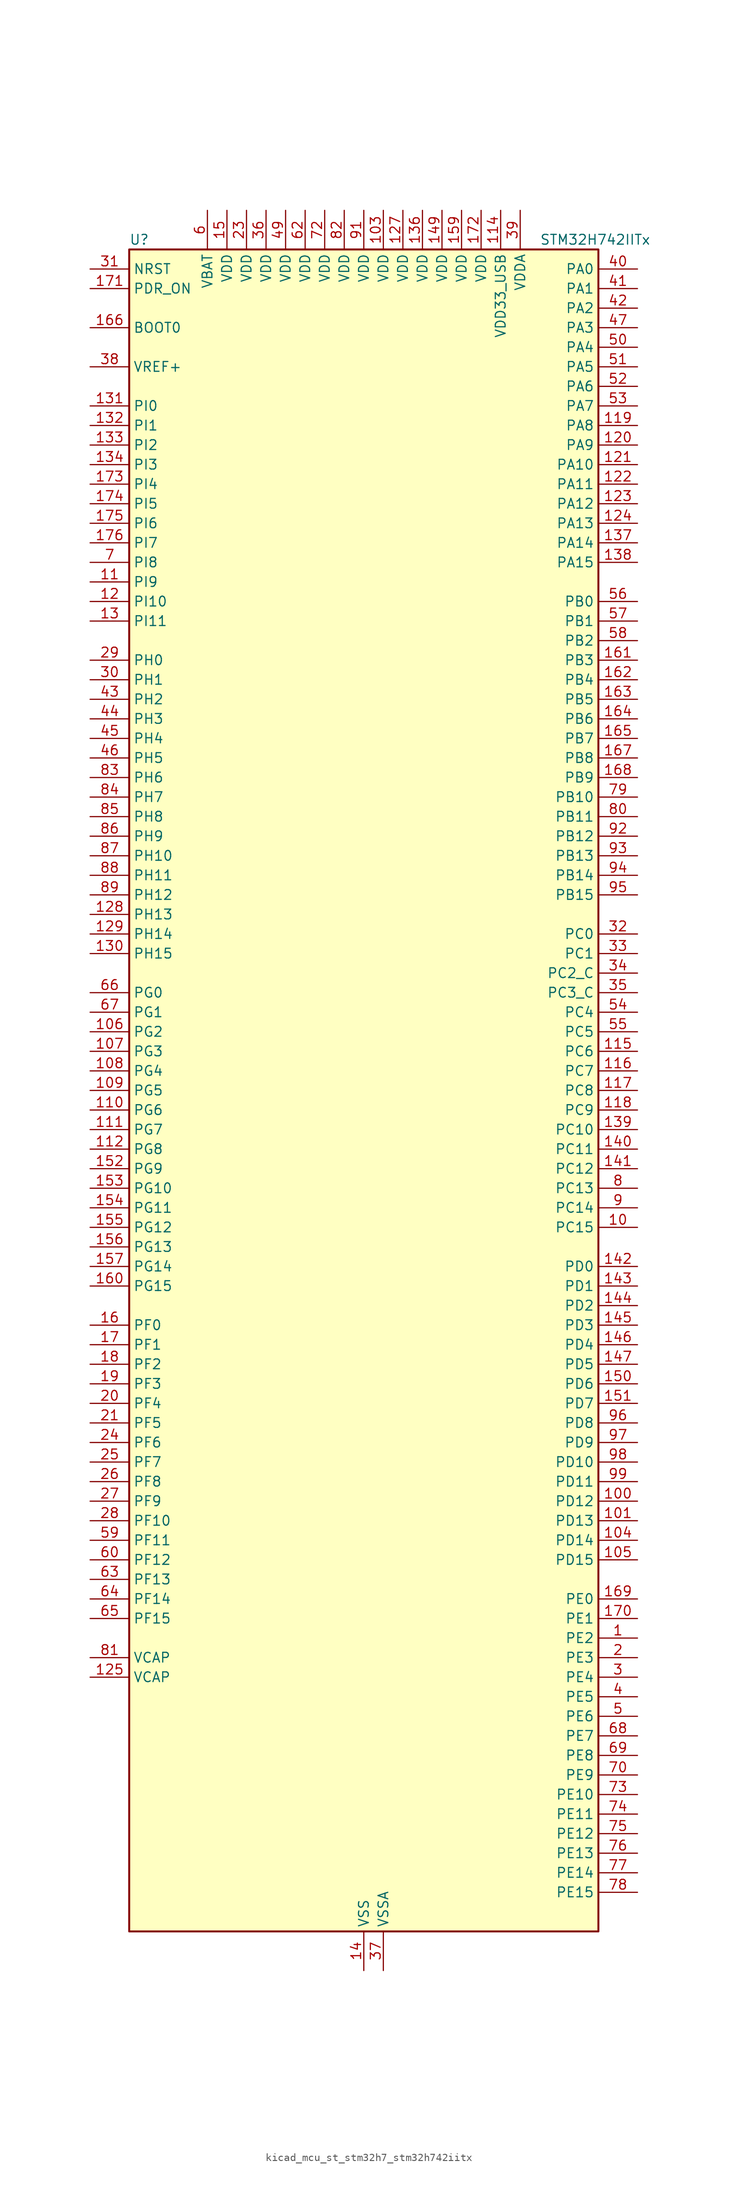
<source format=kicad_sym>
(kicad_symbol_lib
  (version 20220914)
  (generator kicad_symbol_editor)
  (symbol "kicad_mcu_st_stm32h7_stm32h742iitx"
    (property "Reference" "U"
      (at -30.48 110.49 0)
      (effects (font (size 1.27 1.27)) (justify left)))
    (property "Value" "STM32H742IITx"
      (at 22.86 110.49 0)
      (effects (font (size 1.27 1.27)) (justify left)))
    (property "ki_locked" ""
      (at 0 0 0)
      (effects (font (size 1.27 1.27))))
    (symbol "kicad_mcu_st_stm32h7_stm32h742iitx_0_1"
      (rectangle (start -30.48 -109.22) (end 30.48 109.22) (stroke (width 0.254) (type default)) (fill (type background))))
    (symbol "kicad_mcu_st_stm32h7_stm32h742iitx_1_1"
      (pin bidirectional line (at 35.56 -71.12 180) (length 5.08) (name "PE2" (effects (font (size 1.27 1.27)))) (number "1" (effects (font (size 1.27 1.27)))) (alternate "DEBUG_TRACECLK" bidirectional line) (alternate "ETH_TXD3" bidirectional line) (alternate "FMC_A23" bidirectional line) (alternate "QUADSPI_BK1_IO2" bidirectional line) (alternate "SAI1_CK1" bidirectional line) (alternate "SAI1_MCLK_A" bidirectional line) (alternate "SAI4_CK1" bidirectional line) (alternate "SAI4_MCLK_A" bidirectional line) (alternate "SPI4_SCK" bidirectional line))
      (pin bidirectional line (at 35.56 -17.78 180) (length 5.08) (name "PC15" (effects (font (size 1.27 1.27)))) (number "10" (effects (font (size 1.27 1.27)))) (alternate "ADC1_EXTI15" bidirectional line) (alternate "ADC2_EXTI15" bidirectional line) (alternate "ADC3_EXTI15" bidirectional line) (alternate "RCC_OSC32_OUT" bidirectional line))
      (pin bidirectional line (at 35.56 -53.34 180) (length 5.08) (name "PD12" (effects (font (size 1.27 1.27)))) (number "100" (effects (font (size 1.27 1.27)))) (alternate "FMC_A17" bidirectional line) (alternate "FMC_ALE" bidirectional line) (alternate "I2C4_SCL" bidirectional line) (alternate "LPTIM1_IN1" bidirectional line) (alternate "LPTIM2_IN1" bidirectional line) (alternate "QUADSPI_BK1_IO1" bidirectional line) (alternate "SAI2_FS_A" bidirectional line) (alternate "TIM4_CH1" bidirectional line) (alternate "USART3_DE" bidirectional line) (alternate "USART3_RTS" bidirectional line))
      (pin bidirectional line (at 35.56 -55.88 180) (length 5.08) (name "PD13" (effects (font (size 1.27 1.27)))) (number "101" (effects (font (size 1.27 1.27)))) (alternate "FMC_A18" bidirectional line) (alternate "I2C4_SDA" bidirectional line) (alternate "LPTIM1_OUT" bidirectional line) (alternate "QUADSPI_BK1_IO3" bidirectional line) (alternate "SAI2_SCK_A" bidirectional line) (alternate "TIM4_CH2" bidirectional line))
      (pin passive line (at 0 -114.3 90) (length 5.08) hide (name "VSS" (effects (font (size 1.27 1.27)))) (number "102" (effects (font (size 1.27 1.27)))))
      (pin power_in line (at 2.54 114.3 270) (length 5.08) (name "VDD" (effects (font (size 1.27 1.27)))) (number "103" (effects (font (size 1.27 1.27)))))
      (pin bidirectional line (at 35.56 -58.42 180) (length 5.08) (name "PD14" (effects (font (size 1.27 1.27)))) (number "104" (effects (font (size 1.27 1.27)))) (alternate "FMC_D0" bidirectional line) (alternate "FMC_DA0" bidirectional line) (alternate "SAI3_MCLK_B" bidirectional line) (alternate "TIM4_CH3" bidirectional line) (alternate "UART8_CTS" bidirectional line))
      (pin bidirectional line (at 35.56 -60.96 180) (length 5.08) (name "PD15" (effects (font (size 1.27 1.27)))) (number "105" (effects (font (size 1.27 1.27)))) (alternate "ADC1_EXTI15" bidirectional line) (alternate "ADC2_EXTI15" bidirectional line) (alternate "ADC3_EXTI15" bidirectional line) (alternate "FMC_D1" bidirectional line) (alternate "FMC_DA1" bidirectional line) (alternate "SAI3_MCLK_A" bidirectional line) (alternate "TIM4_CH4" bidirectional line) (alternate "UART8_DE" bidirectional line) (alternate "UART8_RTS" bidirectional line))
      (pin bidirectional line (at -35.56 7.62 0) (length 5.08) (name "PG2" (effects (font (size 1.27 1.27)))) (number "106" (effects (font (size 1.27 1.27)))) (alternate "FMC_A12" bidirectional line) (alternate "TIM8_BKIN" bidirectional line) (alternate "TIM8_BKIN_COMP1" bidirectional line) (alternate "TIM8_BKIN_COMP2" bidirectional line))
      (pin bidirectional line (at -35.56 5.08 0) (length 5.08) (name "PG3" (effects (font (size 1.27 1.27)))) (number "107" (effects (font (size 1.27 1.27)))) (alternate "FMC_A13" bidirectional line) (alternate "TIM8_BKIN2" bidirectional line) (alternate "TIM8_BKIN2_COMP1" bidirectional line) (alternate "TIM8_BKIN2_COMP2" bidirectional line))
      (pin bidirectional line (at -35.56 2.54 0) (length 5.08) (name "PG4" (effects (font (size 1.27 1.27)))) (number "108" (effects (font (size 1.27 1.27)))) (alternate "FMC_A14" bidirectional line) (alternate "FMC_BA0" bidirectional line) (alternate "TIM1_BKIN2" bidirectional line) (alternate "TIM1_BKIN2_COMP1" bidirectional line) (alternate "TIM1_BKIN2_COMP2" bidirectional line))
      (pin bidirectional line (at -35.56 0 0) (length 5.08) (name "PG5" (effects (font (size 1.27 1.27)))) (number "109" (effects (font (size 1.27 1.27)))) (alternate "FMC_A15" bidirectional line) (alternate "FMC_BA1" bidirectional line) (alternate "TIM1_ETR" bidirectional line))
      (pin bidirectional line (at -35.56 66.04 0) (length 5.08) (name "PI9" (effects (font (size 1.27 1.27)))) (number "11" (effects (font (size 1.27 1.27)))) (alternate "DAC1_EXTI9" bidirectional line) (alternate "FDCAN1_RX" bidirectional line) (alternate "FMC_D30" bidirectional line) (alternate "UART4_RX" bidirectional line))
      (pin bidirectional line (at -35.56 -2.54 0) (length 5.08) (name "PG6" (effects (font (size 1.27 1.27)))) (number "110" (effects (font (size 1.27 1.27)))) (alternate "DCMI_D12" bidirectional line) (alternate "FMC_NE3" bidirectional line) (alternate "HRTIM_CHE1" bidirectional line) (alternate "QUADSPI_BK1_NCS" bidirectional line) (alternate "TIM17_BKIN" bidirectional line))
      (pin bidirectional line (at -35.56 -5.08 0) (length 5.08) (name "PG7" (effects (font (size 1.27 1.27)))) (number "111" (effects (font (size 1.27 1.27)))) (alternate "DCMI_D13" bidirectional line) (alternate "FMC_INT" bidirectional line) (alternate "HRTIM_CHE2" bidirectional line) (alternate "SAI1_MCLK_A" bidirectional line) (alternate "USART6_CK" bidirectional line))
      (pin bidirectional line (at -35.56 -7.62 0) (length 5.08) (name "PG8" (effects (font (size 1.27 1.27)))) (number "112" (effects (font (size 1.27 1.27)))) (alternate "ETH_PPS_OUT" bidirectional line) (alternate "FMC_SDCLK" bidirectional line) (alternate "SPDIFRX1_IN2" bidirectional line) (alternate "SPI6_NSS" bidirectional line) (alternate "TIM8_ETR" bidirectional line) (alternate "USART6_DE" bidirectional line) (alternate "USART6_RTS" bidirectional line))
      (pin passive line (at 0 -114.3 90) (length 5.08) hide (name "VSS" (effects (font (size 1.27 1.27)))) (number "113" (effects (font (size 1.27 1.27)))))
      (pin power_in line (at 17.78 114.3 270) (length 5.08) (name "VDD33_USB" (effects (font (size 1.27 1.27)))) (number "114" (effects (font (size 1.27 1.27)))))
      (pin bidirectional line (at 35.56 5.08 180) (length 5.08) (name "PC6" (effects (font (size 1.27 1.27)))) (number "115" (effects (font (size 1.27 1.27)))) (alternate "DCMI_D0" bidirectional line) (alternate "DFSDM1_CKIN3" bidirectional line) (alternate "FMC_NWAIT" bidirectional line) (alternate "HRTIM_CHA1" bidirectional line) (alternate "I2S2_MCK" bidirectional line) (alternate "SDMMC1_D0DIR" bidirectional line) (alternate "SDMMC1_D6" bidirectional line) (alternate "SDMMC2_D6" bidirectional line) (alternate "SWPMI1_IO" bidirectional line) (alternate "TIM3_CH1" bidirectional line) (alternate "TIM8_CH1" bidirectional line) (alternate "USART6_TX" bidirectional line))
      (pin bidirectional line (at 35.56 2.54 180) (length 5.08) (name "PC7" (effects (font (size 1.27 1.27)))) (number "116" (effects (font (size 1.27 1.27)))) (alternate "DCMI_D1" bidirectional line) (alternate "DEBUG_TRGIO" bidirectional line) (alternate "DFSDM1_DATIN3" bidirectional line) (alternate "FMC_NE1" bidirectional line) (alternate "HRTIM_CHA2" bidirectional line) (alternate "I2S3_MCK" bidirectional line) (alternate "SDMMC1_D123DIR" bidirectional line) (alternate "SDMMC1_D7" bidirectional line) (alternate "SDMMC2_D7" bidirectional line) (alternate "SWPMI1_TX" bidirectional line) (alternate "TIM3_CH2" bidirectional line) (alternate "TIM8_CH2" bidirectional line) (alternate "USART6_RX" bidirectional line))
      (pin bidirectional line (at 35.56 0 180) (length 5.08) (name "PC8" (effects (font (size 1.27 1.27)))) (number "117" (effects (font (size 1.27 1.27)))) (alternate "DCMI_D2" bidirectional line) (alternate "DEBUG_TRACED1" bidirectional line) (alternate "FMC_NCE" bidirectional line) (alternate "FMC_NE2" bidirectional line) (alternate "HRTIM_CHB1" bidirectional line) (alternate "SDMMC1_D0" bidirectional line) (alternate "SWPMI1_RX" bidirectional line) (alternate "TIM3_CH3" bidirectional line) (alternate "TIM8_CH3" bidirectional line) (alternate "UART5_DE" bidirectional line) (alternate "UART5_RTS" bidirectional line) (alternate "USART6_CK" bidirectional line))
      (pin bidirectional line (at 35.56 -2.54 180) (length 5.08) (name "PC9" (effects (font (size 1.27 1.27)))) (number "118" (effects (font (size 1.27 1.27)))) (alternate "DAC1_EXTI9" bidirectional line) (alternate "DCMI_D3" bidirectional line) (alternate "I2C3_SDA" bidirectional line) (alternate "I2S_CKIN" bidirectional line) (alternate "QUADSPI_BK1_IO0" bidirectional line) (alternate "RCC_MCO_2" bidirectional line) (alternate "SDMMC1_D1" bidirectional line) (alternate "SWPMI1_SUSPEND" bidirectional line) (alternate "TIM3_CH4" bidirectional line) (alternate "TIM8_CH4" bidirectional line) (alternate "UART5_CTS" bidirectional line))
      (pin bidirectional line (at 35.56 86.36 180) (length 5.08) (name "PA8" (effects (font (size 1.27 1.27)))) (number "119" (effects (font (size 1.27 1.27)))) (alternate "HRTIM_CHB2" bidirectional line) (alternate "I2C3_SCL" bidirectional line) (alternate "RCC_MCO_1" bidirectional line) (alternate "TIM1_CH1" bidirectional line) (alternate "TIM8_BKIN2" bidirectional line) (alternate "TIM8_BKIN2_COMP1" bidirectional line) (alternate "TIM8_BKIN2_COMP2" bidirectional line) (alternate "UART7_RX" bidirectional line) (alternate "USART1_CK" bidirectional line) (alternate "USB_OTG_FS_SOF" bidirectional line))
      (pin bidirectional line (at -35.56 63.5 0) (length 5.08) (name "PI10" (effects (font (size 1.27 1.27)))) (number "12" (effects (font (size 1.27 1.27)))) (alternate "ETH_RX_ER" bidirectional line) (alternate "FMC_D31" bidirectional line))
      (pin bidirectional line (at 35.56 83.82 180) (length 5.08) (name "PA9" (effects (font (size 1.27 1.27)))) (number "120" (effects (font (size 1.27 1.27)))) (alternate "DAC1_EXTI9" bidirectional line) (alternate "DCMI_D0" bidirectional line) (alternate "HRTIM_CHC1" bidirectional line) (alternate "I2C3_SMBA" bidirectional line) (alternate "I2S2_CK" bidirectional line) (alternate "LPUART1_TX" bidirectional line) (alternate "SPI2_SCK" bidirectional line) (alternate "TIM1_CH2" bidirectional line) (alternate "USART1_TX" bidirectional line) (alternate "USB_OTG_FS_VBUS" bidirectional line))
      (pin bidirectional line (at 35.56 81.28 180) (length 5.08) (name "PA10" (effects (font (size 1.27 1.27)))) (number "121" (effects (font (size 1.27 1.27)))) (alternate "DCMI_D1" bidirectional line) (alternate "HRTIM_CHC2" bidirectional line) (alternate "LPUART1_RX" bidirectional line) (alternate "MDIOS_MDIO" bidirectional line) (alternate "TIM1_CH3" bidirectional line) (alternate "USART1_RX" bidirectional line) (alternate "USB_OTG_FS_ID" bidirectional line))
      (pin bidirectional line (at 35.56 78.74 180) (length 5.08) (name "PA11" (effects (font (size 1.27 1.27)))) (number "122" (effects (font (size 1.27 1.27)))) (alternate "ADC1_EXTI11" bidirectional line) (alternate "ADC2_EXTI11" bidirectional line) (alternate "ADC3_EXTI11" bidirectional line) (alternate "FDCAN1_RX" bidirectional line) (alternate "HRTIM_CHD1" bidirectional line) (alternate "I2S2_WS" bidirectional line) (alternate "LPUART1_CTS" bidirectional line) (alternate "SPI2_NSS" bidirectional line) (alternate "TIM1_CH4" bidirectional line) (alternate "UART4_RX" bidirectional line) (alternate "USART1_CTS" bidirectional line) (alternate "USART1_NSS" bidirectional line) (alternate "USB_OTG_FS_DM" bidirectional line))
      (pin bidirectional line (at 35.56 76.2 180) (length 5.08) (name "PA12" (effects (font (size 1.27 1.27)))) (number "123" (effects (font (size 1.27 1.27)))) (alternate "FDCAN1_TX" bidirectional line) (alternate "HRTIM_CHD2" bidirectional line) (alternate "I2S2_CK" bidirectional line) (alternate "LPUART1_DE" bidirectional line) (alternate "LPUART1_RTS" bidirectional line) (alternate "SAI2_FS_B" bidirectional line) (alternate "SPI2_SCK" bidirectional line) (alternate "TIM1_ETR" bidirectional line) (alternate "UART4_TX" bidirectional line) (alternate "USART1_DE" bidirectional line) (alternate "USART1_RTS" bidirectional line) (alternate "USB_OTG_FS_DP" bidirectional line))
      (pin bidirectional line (at 35.56 73.66 180) (length 5.08) (name "PA13" (effects (font (size 1.27 1.27)))) (number "124" (effects (font (size 1.27 1.27)))) (alternate "DEBUG_JTMS-SWDIO" bidirectional line))
      (pin power_out line (at -35.56 -76.2 0) (length 5.08) (name "VCAP" (effects (font (size 1.27 1.27)))) (number "125" (effects (font (size 1.27 1.27)))))
      (pin passive line (at 0 -114.3 90) (length 5.08) hide (name "VSS" (effects (font (size 1.27 1.27)))) (number "126" (effects (font (size 1.27 1.27)))))
      (pin power_in line (at 5.08 114.3 270) (length 5.08) (name "VDD" (effects (font (size 1.27 1.27)))) (number "127" (effects (font (size 1.27 1.27)))))
      (pin bidirectional line (at -35.56 22.86 0) (length 5.08) (name "PH13" (effects (font (size 1.27 1.27)))) (number "128" (effects (font (size 1.27 1.27)))) (alternate "FDCAN1_TX" bidirectional line) (alternate "FMC_D21" bidirectional line) (alternate "TIM8_CH1N" bidirectional line) (alternate "UART4_TX" bidirectional line))
      (pin bidirectional line (at -35.56 20.32 0) (length 5.08) (name "PH14" (effects (font (size 1.27 1.27)))) (number "129" (effects (font (size 1.27 1.27)))) (alternate "DCMI_D4" bidirectional line) (alternate "FDCAN1_RX" bidirectional line) (alternate "FMC_D22" bidirectional line) (alternate "TIM8_CH2N" bidirectional line) (alternate "UART4_RX" bidirectional line))
      (pin bidirectional line (at -35.56 60.96 0) (length 5.08) (name "PI11" (effects (font (size 1.27 1.27)))) (number "13" (effects (font (size 1.27 1.27)))) (alternate "ADC1_EXTI11" bidirectional line) (alternate "ADC2_EXTI11" bidirectional line) (alternate "ADC3_EXTI11" bidirectional line) (alternate "PWR_WKUP4" bidirectional line) (alternate "USB_OTG_HS_ULPI_DIR" bidirectional line))
      (pin bidirectional line (at -35.56 17.78 0) (length 5.08) (name "PH15" (effects (font (size 1.27 1.27)))) (number "130" (effects (font (size 1.27 1.27)))) (alternate "ADC1_EXTI15" bidirectional line) (alternate "ADC2_EXTI15" bidirectional line) (alternate "ADC3_EXTI15" bidirectional line) (alternate "DCMI_D11" bidirectional line) (alternate "FMC_D23" bidirectional line) (alternate "TIM8_CH3N" bidirectional line))
      (pin bidirectional line (at -35.56 88.9 0) (length 5.08) (name "PI0" (effects (font (size 1.27 1.27)))) (number "131" (effects (font (size 1.27 1.27)))) (alternate "DCMI_D13" bidirectional line) (alternate "FMC_D24" bidirectional line) (alternate "I2S2_WS" bidirectional line) (alternate "SPI2_NSS" bidirectional line) (alternate "TIM5_CH4" bidirectional line))
      (pin bidirectional line (at -35.56 86.36 0) (length 5.08) (name "PI1" (effects (font (size 1.27 1.27)))) (number "132" (effects (font (size 1.27 1.27)))) (alternate "DCMI_D8" bidirectional line) (alternate "FMC_D25" bidirectional line) (alternate "I2S2_CK" bidirectional line) (alternate "SPI2_SCK" bidirectional line) (alternate "TIM8_BKIN2" bidirectional line) (alternate "TIM8_BKIN2_COMP1" bidirectional line) (alternate "TIM8_BKIN2_COMP2" bidirectional line))
      (pin bidirectional line (at -35.56 83.82 0) (length 5.08) (name "PI2" (effects (font (size 1.27 1.27)))) (number "133" (effects (font (size 1.27 1.27)))) (alternate "DCMI_D9" bidirectional line) (alternate "FMC_D26" bidirectional line) (alternate "I2S2_SDI" bidirectional line) (alternate "SPI2_MISO" bidirectional line) (alternate "TIM8_CH4" bidirectional line))
      (pin bidirectional line (at -35.56 81.28 0) (length 5.08) (name "PI3" (effects (font (size 1.27 1.27)))) (number "134" (effects (font (size 1.27 1.27)))) (alternate "DCMI_D10" bidirectional line) (alternate "FMC_D27" bidirectional line) (alternate "I2S2_SDO" bidirectional line) (alternate "SPI2_MOSI" bidirectional line) (alternate "TIM8_ETR" bidirectional line))
      (pin passive line (at 0 -114.3 90) (length 5.08) hide (name "VSS" (effects (font (size 1.27 1.27)))) (number "135" (effects (font (size 1.27 1.27)))))
      (pin power_in line (at 7.62 114.3 270) (length 5.08) (name "VDD" (effects (font (size 1.27 1.27)))) (number "136" (effects (font (size 1.27 1.27)))))
      (pin bidirectional line (at 35.56 71.12 180) (length 5.08) (name "PA14" (effects (font (size 1.27 1.27)))) (number "137" (effects (font (size 1.27 1.27)))) (alternate "DEBUG_JTCK-SWCLK" bidirectional line))
      (pin bidirectional line (at 35.56 68.58 180) (length 5.08) (name "PA15" (effects (font (size 1.27 1.27)))) (number "138" (effects (font (size 1.27 1.27)))) (alternate "ADC1_EXTI15" bidirectional line) (alternate "ADC2_EXTI15" bidirectional line) (alternate "ADC3_EXTI15" bidirectional line) (alternate "CEC" bidirectional line) (alternate "DEBUG_JTDI" bidirectional line) (alternate "HRTIM_FLT1" bidirectional line) (alternate "I2S1_WS" bidirectional line) (alternate "I2S3_WS" bidirectional line) (alternate "SPI1_NSS" bidirectional line) (alternate "SPI3_NSS" bidirectional line) (alternate "SPI6_NSS" bidirectional line) (alternate "TIM2_CH1" bidirectional line) (alternate "TIM2_ETR" bidirectional line) (alternate "UART4_DE" bidirectional line) (alternate "UART4_RTS" bidirectional line) (alternate "UART7_TX" bidirectional line))
      (pin bidirectional line (at 35.56 -5.08 180) (length 5.08) (name "PC10" (effects (font (size 1.27 1.27)))) (number "139" (effects (font (size 1.27 1.27)))) (alternate "DCMI_D8" bidirectional line) (alternate "DFSDM1_CKIN5" bidirectional line) (alternate "HRTIM_EEV1" bidirectional line) (alternate "I2S3_CK" bidirectional line) (alternate "QUADSPI_BK1_IO1" bidirectional line) (alternate "SDMMC1_D2" bidirectional line) (alternate "SPI3_SCK" bidirectional line) (alternate "UART4_TX" bidirectional line) (alternate "USART3_TX" bidirectional line))
      (pin power_in line (at 0 -114.3 90) (length 5.08) (name "VSS" (effects (font (size 1.27 1.27)))) (number "14" (effects (font (size 1.27 1.27)))))
      (pin bidirectional line (at 35.56 -7.62 180) (length 5.08) (name "PC11" (effects (font (size 1.27 1.27)))) (number "140" (effects (font (size 1.27 1.27)))) (alternate "ADC1_EXTI11" bidirectional line) (alternate "ADC2_EXTI11" bidirectional line) (alternate "ADC3_EXTI11" bidirectional line) (alternate "DCMI_D4" bidirectional line) (alternate "DFSDM1_DATIN5" bidirectional line) (alternate "HRTIM_FLT2" bidirectional line) (alternate "I2S3_SDI" bidirectional line) (alternate "QUADSPI_BK2_NCS" bidirectional line) (alternate "SDMMC1_D3" bidirectional line) (alternate "SPI3_MISO" bidirectional line) (alternate "UART4_RX" bidirectional line) (alternate "USART3_RX" bidirectional line))
      (pin bidirectional line (at 35.56 -10.16 180) (length 5.08) (name "PC12" (effects (font (size 1.27 1.27)))) (number "141" (effects (font (size 1.27 1.27)))) (alternate "DCMI_D9" bidirectional line) (alternate "DEBUG_TRACED3" bidirectional line) (alternate "HRTIM_EEV2" bidirectional line) (alternate "I2S3_SDO" bidirectional line) (alternate "SDMMC1_CK" bidirectional line) (alternate "SPI3_MOSI" bidirectional line) (alternate "UART5_TX" bidirectional line) (alternate "USART3_CK" bidirectional line))
      (pin bidirectional line (at 35.56 -22.86 180) (length 5.08) (name "PD0" (effects (font (size 1.27 1.27)))) (number "142" (effects (font (size 1.27 1.27)))) (alternate "DFSDM1_CKIN6" bidirectional line) (alternate "FDCAN1_RX" bidirectional line) (alternate "FMC_D2" bidirectional line) (alternate "FMC_DA2" bidirectional line) (alternate "SAI3_SCK_A" bidirectional line) (alternate "UART4_RX" bidirectional line))
      (pin bidirectional line (at 35.56 -25.4 180) (length 5.08) (name "PD1" (effects (font (size 1.27 1.27)))) (number "143" (effects (font (size 1.27 1.27)))) (alternate "DFSDM1_DATIN6" bidirectional line) (alternate "FDCAN1_TX" bidirectional line) (alternate "FMC_D3" bidirectional line) (alternate "FMC_DA3" bidirectional line) (alternate "SAI3_SD_A" bidirectional line) (alternate "UART4_TX" bidirectional line))
      (pin bidirectional line (at 35.56 -27.94 180) (length 5.08) (name "PD2" (effects (font (size 1.27 1.27)))) (number "144" (effects (font (size 1.27 1.27)))) (alternate "DCMI_D11" bidirectional line) (alternate "DEBUG_TRACED2" bidirectional line) (alternate "SDMMC1_CMD" bidirectional line) (alternate "TIM3_ETR" bidirectional line) (alternate "UART5_RX" bidirectional line))
      (pin bidirectional line (at 35.56 -30.48 180) (length 5.08) (name "PD3" (effects (font (size 1.27 1.27)))) (number "145" (effects (font (size 1.27 1.27)))) (alternate "DCMI_D5" bidirectional line) (alternate "DFSDM1_CKOUT" bidirectional line) (alternate "FMC_CLK" bidirectional line) (alternate "I2S2_CK" bidirectional line) (alternate "SPI2_SCK" bidirectional line) (alternate "USART2_CTS" bidirectional line) (alternate "USART2_NSS" bidirectional line))
      (pin bidirectional line (at 35.56 -33.02 180) (length 5.08) (name "PD4" (effects (font (size 1.27 1.27)))) (number "146" (effects (font (size 1.27 1.27)))) (alternate "FMC_NOE" bidirectional line) (alternate "HRTIM_FLT3" bidirectional line) (alternate "SAI3_FS_A" bidirectional line) (alternate "USART2_DE" bidirectional line) (alternate "USART2_RTS" bidirectional line))
      (pin bidirectional line (at 35.56 -35.56 180) (length 5.08) (name "PD5" (effects (font (size 1.27 1.27)))) (number "147" (effects (font (size 1.27 1.27)))) (alternate "FMC_NWE" bidirectional line) (alternate "HRTIM_EEV3" bidirectional line) (alternate "USART2_TX" bidirectional line))
      (pin passive line (at 0 -114.3 90) (length 5.08) hide (name "VSS" (effects (font (size 1.27 1.27)))) (number "148" (effects (font (size 1.27 1.27)))))
      (pin power_in line (at 10.16 114.3 270) (length 5.08) (name "VDD" (effects (font (size 1.27 1.27)))) (number "149" (effects (font (size 1.27 1.27)))))
      (pin power_in line (at -17.78 114.3 270) (length 5.08) (name "VDD" (effects (font (size 1.27 1.27)))) (number "15" (effects (font (size 1.27 1.27)))))
      (pin bidirectional line (at 35.56 -38.1 180) (length 5.08) (name "PD6" (effects (font (size 1.27 1.27)))) (number "150" (effects (font (size 1.27 1.27)))) (alternate "DCMI_D10" bidirectional line) (alternate "DFSDM1_CKIN4" bidirectional line) (alternate "DFSDM1_DATIN1" bidirectional line) (alternate "FMC_NWAIT" bidirectional line) (alternate "I2S3_SDO" bidirectional line) (alternate "SAI1_D1" bidirectional line) (alternate "SAI1_SD_A" bidirectional line) (alternate "SAI4_D1" bidirectional line) (alternate "SAI4_SD_A" bidirectional line) (alternate "SDMMC2_CK" bidirectional line) (alternate "SPI3_MOSI" bidirectional line) (alternate "USART2_RX" bidirectional line))
      (pin bidirectional line (at 35.56 -40.64 180) (length 5.08) (name "PD7" (effects (font (size 1.27 1.27)))) (number "151" (effects (font (size 1.27 1.27)))) (alternate "DFSDM1_CKIN1" bidirectional line) (alternate "DFSDM1_DATIN4" bidirectional line) (alternate "FMC_NE1" bidirectional line) (alternate "I2S1_SDO" bidirectional line) (alternate "SDMMC2_CMD" bidirectional line) (alternate "SPDIFRX1_IN0" bidirectional line) (alternate "SPI1_MOSI" bidirectional line) (alternate "USART2_CK" bidirectional line))
      (pin bidirectional line (at -35.56 -10.16 0) (length 5.08) (name "PG9" (effects (font (size 1.27 1.27)))) (number "152" (effects (font (size 1.27 1.27)))) (alternate "DAC1_EXTI9" bidirectional line) (alternate "DCMI_VSYNC" bidirectional line) (alternate "FMC_NCE" bidirectional line) (alternate "FMC_NE2" bidirectional line) (alternate "I2S1_SDI" bidirectional line) (alternate "QUADSPI_BK2_IO2" bidirectional line) (alternate "SAI2_FS_B" bidirectional line) (alternate "SPDIFRX1_IN3" bidirectional line) (alternate "SPI1_MISO" bidirectional line) (alternate "USART6_RX" bidirectional line))
      (pin bidirectional line (at -35.56 -12.7 0) (length 5.08) (name "PG10" (effects (font (size 1.27 1.27)))) (number "153" (effects (font (size 1.27 1.27)))) (alternate "DCMI_D2" bidirectional line) (alternate "FMC_NE3" bidirectional line) (alternate "HRTIM_FLT5" bidirectional line) (alternate "I2S1_WS" bidirectional line) (alternate "SAI2_SD_B" bidirectional line) (alternate "SPI1_NSS" bidirectional line))
      (pin bidirectional line (at -35.56 -15.24 0) (length 5.08) (name "PG11" (effects (font (size 1.27 1.27)))) (number "154" (effects (font (size 1.27 1.27)))) (alternate "ADC1_EXTI11" bidirectional line) (alternate "ADC2_EXTI11" bidirectional line) (alternate "ADC3_EXTI11" bidirectional line) (alternate "DCMI_D3" bidirectional line) (alternate "ETH_TX_EN" bidirectional line) (alternate "HRTIM_EEV4" bidirectional line) (alternate "I2S1_CK" bidirectional line) (alternate "LPTIM1_IN2" bidirectional line) (alternate "SDMMC2_D2" bidirectional line) (alternate "SPDIFRX1_IN0" bidirectional line) (alternate "SPI1_SCK" bidirectional line))
      (pin bidirectional line (at -35.56 -17.78 0) (length 5.08) (name "PG12" (effects (font (size 1.27 1.27)))) (number "155" (effects (font (size 1.27 1.27)))) (alternate "ETH_TXD1" bidirectional line) (alternate "FMC_NE4" bidirectional line) (alternate "HRTIM_EEV5" bidirectional line) (alternate "LPTIM1_IN1" bidirectional line) (alternate "SPDIFRX1_IN1" bidirectional line) (alternate "SPI6_MISO" bidirectional line) (alternate "USART6_DE" bidirectional line) (alternate "USART6_RTS" bidirectional line))
      (pin bidirectional line (at -35.56 -20.32 0) (length 5.08) (name "PG13" (effects (font (size 1.27 1.27)))) (number "156" (effects (font (size 1.27 1.27)))) (alternate "DEBUG_TRACED0" bidirectional line) (alternate "ETH_TXD0" bidirectional line) (alternate "FMC_A24" bidirectional line) (alternate "HRTIM_EEV10" bidirectional line) (alternate "LPTIM1_OUT" bidirectional line) (alternate "SPI6_SCK" bidirectional line) (alternate "USART6_CTS" bidirectional line) (alternate "USART6_NSS" bidirectional line))
      (pin bidirectional line (at -35.56 -22.86 0) (length 5.08) (name "PG14" (effects (font (size 1.27 1.27)))) (number "157" (effects (font (size 1.27 1.27)))) (alternate "DEBUG_TRACED1" bidirectional line) (alternate "ETH_TXD1" bidirectional line) (alternate "FMC_A25" bidirectional line) (alternate "LPTIM1_ETR" bidirectional line) (alternate "QUADSPI_BK2_IO3" bidirectional line) (alternate "SPI6_MOSI" bidirectional line) (alternate "USART6_TX" bidirectional line))
      (pin passive line (at 0 -114.3 90) (length 5.08) hide (name "VSS" (effects (font (size 1.27 1.27)))) (number "158" (effects (font (size 1.27 1.27)))))
      (pin power_in line (at 12.7 114.3 270) (length 5.08) (name "VDD" (effects (font (size 1.27 1.27)))) (number "159" (effects (font (size 1.27 1.27)))))
      (pin bidirectional line (at -35.56 -30.48 0) (length 5.08) (name "PF0" (effects (font (size 1.27 1.27)))) (number "16" (effects (font (size 1.27 1.27)))) (alternate "FMC_A0" bidirectional line) (alternate "I2C2_SDA" bidirectional line))
      (pin bidirectional line (at -35.56 -25.4 0) (length 5.08) (name "PG15" (effects (font (size 1.27 1.27)))) (number "160" (effects (font (size 1.27 1.27)))) (alternate "ADC1_EXTI15" bidirectional line) (alternate "ADC2_EXTI15" bidirectional line) (alternate "ADC3_EXTI15" bidirectional line) (alternate "DCMI_D13" bidirectional line) (alternate "FMC_SDNCAS" bidirectional line) (alternate "USART6_CTS" bidirectional line) (alternate "USART6_NSS" bidirectional line))
      (pin bidirectional line (at 35.56 55.88 180) (length 5.08) (name "PB3" (effects (font (size 1.27 1.27)))) (number "161" (effects (font (size 1.27 1.27)))) (alternate "CRS_SYNC" bidirectional line) (alternate "DEBUG_JTDO-SWO" bidirectional line) (alternate "HRTIM_FLT4" bidirectional line) (alternate "I2S1_CK" bidirectional line) (alternate "I2S3_CK" bidirectional line) (alternate "SDMMC2_D2" bidirectional line) (alternate "SPI1_SCK" bidirectional line) (alternate "SPI3_SCK" bidirectional line) (alternate "SPI6_SCK" bidirectional line) (alternate "TIM2_CH2" bidirectional line) (alternate "UART7_RX" bidirectional line))
      (pin bidirectional line (at 35.56 53.34 180) (length 5.08) (name "PB4" (effects (font (size 1.27 1.27)))) (number "162" (effects (font (size 1.27 1.27)))) (alternate "DEBUG_JTRST" bidirectional line) (alternate "HRTIM_EEV6" bidirectional line) (alternate "I2S1_SDI" bidirectional line) (alternate "I2S2_WS" bidirectional line) (alternate "I2S3_SDI" bidirectional line) (alternate "SDMMC2_D3" bidirectional line) (alternate "SPI1_MISO" bidirectional line) (alternate "SPI2_NSS" bidirectional line) (alternate "SPI3_MISO" bidirectional line) (alternate "SPI6_MISO" bidirectional line) (alternate "TIM16_BKIN" bidirectional line) (alternate "TIM3_CH1" bidirectional line) (alternate "UART7_TX" bidirectional line))
      (pin bidirectional line (at 35.56 50.8 180) (length 5.08) (name "PB5" (effects (font (size 1.27 1.27)))) (number "163" (effects (font (size 1.27 1.27)))) (alternate "DCMI_D10" bidirectional line) (alternate "ETH_PPS_OUT" bidirectional line) (alternate "FDCAN2_RX" bidirectional line) (alternate "FMC_SDCKE1" bidirectional line) (alternate "HRTIM_EEV7" bidirectional line) (alternate "I2C1_SMBA" bidirectional line) (alternate "I2C4_SMBA" bidirectional line) (alternate "I2S1_SDO" bidirectional line) (alternate "I2S3_SDO" bidirectional line) (alternate "SPI1_MOSI" bidirectional line) (alternate "SPI3_MOSI" bidirectional line) (alternate "SPI6_MOSI" bidirectional line) (alternate "TIM17_BKIN" bidirectional line) (alternate "TIM3_CH2" bidirectional line) (alternate "UART5_RX" bidirectional line) (alternate "USB_OTG_HS_ULPI_D7" bidirectional line))
      (pin bidirectional line (at 35.56 48.26 180) (length 5.08) (name "PB6" (effects (font (size 1.27 1.27)))) (number "164" (effects (font (size 1.27 1.27)))) (alternate "CEC" bidirectional line) (alternate "DCMI_D5" bidirectional line) (alternate "DFSDM1_DATIN5" bidirectional line) (alternate "FDCAN2_TX" bidirectional line) (alternate "FMC_SDNE1" bidirectional line) (alternate "HRTIM_EEV8" bidirectional line) (alternate "I2C1_SCL" bidirectional line) (alternate "I2C4_SCL" bidirectional line) (alternate "LPUART1_TX" bidirectional line) (alternate "QUADSPI_BK1_NCS" bidirectional line) (alternate "TIM16_CH1N" bidirectional line) (alternate "TIM4_CH1" bidirectional line) (alternate "UART5_TX" bidirectional line) (alternate "USART1_TX" bidirectional line))
      (pin bidirectional line (at 35.56 45.72 180) (length 5.08) (name "PB7" (effects (font (size 1.27 1.27)))) (number "165" (effects (font (size 1.27 1.27)))) (alternate "DCMI_VSYNC" bidirectional line) (alternate "DFSDM1_CKIN5" bidirectional line) (alternate "FMC_NL" bidirectional line) (alternate "HRTIM_EEV9" bidirectional line) (alternate "I2C1_SDA" bidirectional line) (alternate "I2C4_SDA" bidirectional line) (alternate "LPUART1_RX" bidirectional line) (alternate "PWR_PVD_IN" bidirectional line) (alternate "TIM17_CH1N" bidirectional line) (alternate "TIM4_CH2" bidirectional line) (alternate "USART1_RX" bidirectional line))
      (pin input line (at -35.56 99.06 0) (length 5.08) (name "BOOT0" (effects (font (size 1.27 1.27)))) (number "166" (effects (font (size 1.27 1.27)))))
      (pin bidirectional line (at 35.56 43.18 180) (length 5.08) (name "PB8" (effects (font (size 1.27 1.27)))) (number "167" (effects (font (size 1.27 1.27)))) (alternate "DCMI_D6" bidirectional line) (alternate "DFSDM1_CKIN7" bidirectional line) (alternate "ETH_TXD3" bidirectional line) (alternate "FDCAN1_RX" bidirectional line) (alternate "I2C1_SCL" bidirectional line) (alternate "I2C4_SCL" bidirectional line) (alternate "SDMMC1_CKIN" bidirectional line) (alternate "SDMMC1_D4" bidirectional line) (alternate "SDMMC2_D4" bidirectional line) (alternate "TIM16_CH1" bidirectional line) (alternate "TIM4_CH3" bidirectional line) (alternate "UART4_RX" bidirectional line))
      (pin bidirectional line (at 35.56 40.64 180) (length 5.08) (name "PB9" (effects (font (size 1.27 1.27)))) (number "168" (effects (font (size 1.27 1.27)))) (alternate "DAC1_EXTI9" bidirectional line) (alternate "DCMI_D7" bidirectional line) (alternate "DFSDM1_DATIN7" bidirectional line) (alternate "FDCAN1_TX" bidirectional line) (alternate "I2C1_SDA" bidirectional line) (alternate "I2C4_SDA" bidirectional line) (alternate "I2C4_SMBA" bidirectional line) (alternate "I2S2_WS" bidirectional line) (alternate "SDMMC1_CDIR" bidirectional line) (alternate "SDMMC1_D5" bidirectional line) (alternate "SDMMC2_D5" bidirectional line) (alternate "SPI2_NSS" bidirectional line) (alternate "TIM17_CH1" bidirectional line) (alternate "TIM4_CH4" bidirectional line) (alternate "UART4_TX" bidirectional line))
      (pin bidirectional line (at 35.56 -66.04 180) (length 5.08) (name "PE0" (effects (font (size 1.27 1.27)))) (number "169" (effects (font (size 1.27 1.27)))) (alternate "DCMI_D2" bidirectional line) (alternate "FMC_NBL0" bidirectional line) (alternate "HRTIM_SCIN" bidirectional line) (alternate "LPTIM1_ETR" bidirectional line) (alternate "LPTIM2_ETR" bidirectional line) (alternate "SAI2_MCLK_A" bidirectional line) (alternate "TIM4_ETR" bidirectional line) (alternate "UART8_RX" bidirectional line))
      (pin bidirectional line (at -35.56 -33.02 0) (length 5.08) (name "PF1" (effects (font (size 1.27 1.27)))) (number "17" (effects (font (size 1.27 1.27)))) (alternate "FMC_A1" bidirectional line) (alternate "I2C2_SCL" bidirectional line))
      (pin bidirectional line (at 35.56 -68.58 180) (length 5.08) (name "PE1" (effects (font (size 1.27 1.27)))) (number "170" (effects (font (size 1.27 1.27)))) (alternate "DCMI_D3" bidirectional line) (alternate "FMC_NBL1" bidirectional line) (alternate "HRTIM_SCOUT" bidirectional line) (alternate "LPTIM1_IN2" bidirectional line) (alternate "UART8_TX" bidirectional line))
      (pin input line (at -35.56 104.14 0) (length 5.08) (name "PDR_ON" (effects (font (size 1.27 1.27)))) (number "171" (effects (font (size 1.27 1.27)))))
      (pin power_in line (at 15.24 114.3 270) (length 5.08) (name "VDD" (effects (font (size 1.27 1.27)))) (number "172" (effects (font (size 1.27 1.27)))))
      (pin bidirectional line (at -35.56 78.74 0) (length 5.08) (name "PI4" (effects (font (size 1.27 1.27)))) (number "173" (effects (font (size 1.27 1.27)))) (alternate "DCMI_D5" bidirectional line) (alternate "FMC_NBL2" bidirectional line) (alternate "SAI2_MCLK_A" bidirectional line) (alternate "TIM8_BKIN" bidirectional line) (alternate "TIM8_BKIN_COMP1" bidirectional line) (alternate "TIM8_BKIN_COMP2" bidirectional line))
      (pin bidirectional line (at -35.56 76.2 0) (length 5.08) (name "PI5" (effects (font (size 1.27 1.27)))) (number "174" (effects (font (size 1.27 1.27)))) (alternate "DCMI_VSYNC" bidirectional line) (alternate "FMC_NBL3" bidirectional line) (alternate "SAI2_SCK_A" bidirectional line) (alternate "TIM8_CH1" bidirectional line))
      (pin bidirectional line (at -35.56 73.66 0) (length 5.08) (name "PI6" (effects (font (size 1.27 1.27)))) (number "175" (effects (font (size 1.27 1.27)))) (alternate "DCMI_D6" bidirectional line) (alternate "FMC_D28" bidirectional line) (alternate "SAI2_SD_A" bidirectional line) (alternate "TIM8_CH2" bidirectional line))
      (pin bidirectional line (at -35.56 71.12 0) (length 5.08) (name "PI7" (effects (font (size 1.27 1.27)))) (number "176" (effects (font (size 1.27 1.27)))) (alternate "DCMI_D7" bidirectional line) (alternate "FMC_D29" bidirectional line) (alternate "SAI2_FS_A" bidirectional line) (alternate "TIM8_CH3" bidirectional line))
      (pin bidirectional line (at -35.56 -35.56 0) (length 5.08) (name "PF2" (effects (font (size 1.27 1.27)))) (number "18" (effects (font (size 1.27 1.27)))) (alternate "FMC_A2" bidirectional line) (alternate "I2C2_SMBA" bidirectional line))
      (pin bidirectional line (at -35.56 -38.1 0) (length 5.08) (name "PF3" (effects (font (size 1.27 1.27)))) (number "19" (effects (font (size 1.27 1.27)))) (alternate "ADC3_INP5" bidirectional line) (alternate "FMC_A3" bidirectional line))
      (pin bidirectional line (at 35.56 -73.66 180) (length 5.08) (name "PE3" (effects (font (size 1.27 1.27)))) (number "2" (effects (font (size 1.27 1.27)))) (alternate "DEBUG_TRACED0" bidirectional line) (alternate "FMC_A19" bidirectional line) (alternate "SAI1_SD_B" bidirectional line) (alternate "SAI4_SD_B" bidirectional line) (alternate "TIM15_BKIN" bidirectional line))
      (pin bidirectional line (at -35.56 -40.64 0) (length 5.08) (name "PF4" (effects (font (size 1.27 1.27)))) (number "20" (effects (font (size 1.27 1.27)))) (alternate "ADC3_INN5" bidirectional line) (alternate "ADC3_INP9" bidirectional line) (alternate "FMC_A4" bidirectional line))
      (pin bidirectional line (at -35.56 -43.18 0) (length 5.08) (name "PF5" (effects (font (size 1.27 1.27)))) (number "21" (effects (font (size 1.27 1.27)))) (alternate "ADC3_INP4" bidirectional line) (alternate "FMC_A5" bidirectional line))
      (pin passive line (at 0 -114.3 90) (length 5.08) hide (name "VSS" (effects (font (size 1.27 1.27)))) (number "22" (effects (font (size 1.27 1.27)))))
      (pin power_in line (at -15.24 114.3 270) (length 5.08) (name "VDD" (effects (font (size 1.27 1.27)))) (number "23" (effects (font (size 1.27 1.27)))))
      (pin bidirectional line (at -35.56 -45.72 0) (length 5.08) (name "PF6" (effects (font (size 1.27 1.27)))) (number "24" (effects (font (size 1.27 1.27)))) (alternate "ADC3_INN4" bidirectional line) (alternate "ADC3_INP8" bidirectional line) (alternate "QUADSPI_BK1_IO3" bidirectional line) (alternate "SAI1_SD_B" bidirectional line) (alternate "SAI4_SD_B" bidirectional line) (alternate "SPI5_NSS" bidirectional line) (alternate "TIM16_CH1" bidirectional line) (alternate "UART7_RX" bidirectional line))
      (pin bidirectional line (at -35.56 -48.26 0) (length 5.08) (name "PF7" (effects (font (size 1.27 1.27)))) (number "25" (effects (font (size 1.27 1.27)))) (alternate "ADC3_INP3" bidirectional line) (alternate "QUADSPI_BK1_IO2" bidirectional line) (alternate "SAI1_MCLK_B" bidirectional line) (alternate "SAI4_MCLK_B" bidirectional line) (alternate "SPI5_SCK" bidirectional line) (alternate "TIM17_CH1" bidirectional line) (alternate "UART7_TX" bidirectional line))
      (pin bidirectional line (at -35.56 -50.8 0) (length 5.08) (name "PF8" (effects (font (size 1.27 1.27)))) (number "26" (effects (font (size 1.27 1.27)))) (alternate "ADC3_INN3" bidirectional line) (alternate "ADC3_INP7" bidirectional line) (alternate "QUADSPI_BK1_IO0" bidirectional line) (alternate "SAI1_SCK_B" bidirectional line) (alternate "SAI4_SCK_B" bidirectional line) (alternate "SPI5_MISO" bidirectional line) (alternate "TIM13_CH1" bidirectional line) (alternate "TIM16_CH1N" bidirectional line) (alternate "UART7_DE" bidirectional line) (alternate "UART7_RTS" bidirectional line))
      (pin bidirectional line (at -35.56 -53.34 0) (length 5.08) (name "PF9" (effects (font (size 1.27 1.27)))) (number "27" (effects (font (size 1.27 1.27)))) (alternate "ADC3_INP2" bidirectional line) (alternate "DAC1_EXTI9" bidirectional line) (alternate "QUADSPI_BK1_IO1" bidirectional line) (alternate "SAI1_FS_B" bidirectional line) (alternate "SAI4_FS_B" bidirectional line) (alternate "SPI5_MOSI" bidirectional line) (alternate "TIM14_CH1" bidirectional line) (alternate "TIM17_CH1N" bidirectional line) (alternate "UART7_CTS" bidirectional line))
      (pin bidirectional line (at -35.56 -55.88 0) (length 5.08) (name "PF10" (effects (font (size 1.27 1.27)))) (number "28" (effects (font (size 1.27 1.27)))) (alternate "ADC3_INN2" bidirectional line) (alternate "ADC3_INP6" bidirectional line) (alternate "DCMI_D11" bidirectional line) (alternate "QUADSPI_CLK" bidirectional line) (alternate "SAI1_D3" bidirectional line) (alternate "SAI4_D3" bidirectional line) (alternate "TIM16_BKIN" bidirectional line))
      (pin bidirectional line (at -35.56 55.88 0) (length 5.08) (name "PH0" (effects (font (size 1.27 1.27)))) (number "29" (effects (font (size 1.27 1.27)))) (alternate "RCC_OSC_IN" bidirectional line))
      (pin bidirectional line (at 35.56 -76.2 180) (length 5.08) (name "PE4" (effects (font (size 1.27 1.27)))) (number "3" (effects (font (size 1.27 1.27)))) (alternate "DCMI_D4" bidirectional line) (alternate "DEBUG_TRACED1" bidirectional line) (alternate "DFSDM1_DATIN3" bidirectional line) (alternate "FMC_A20" bidirectional line) (alternate "SAI1_D2" bidirectional line) (alternate "SAI1_FS_A" bidirectional line) (alternate "SAI4_D2" bidirectional line) (alternate "SAI4_FS_A" bidirectional line) (alternate "SPI4_NSS" bidirectional line) (alternate "TIM15_CH1N" bidirectional line))
      (pin bidirectional line (at -35.56 53.34 0) (length 5.08) (name "PH1" (effects (font (size 1.27 1.27)))) (number "30" (effects (font (size 1.27 1.27)))) (alternate "RCC_OSC_OUT" bidirectional line))
      (pin input line (at -35.56 106.68 0) (length 5.08) (name "NRST" (effects (font (size 1.27 1.27)))) (number "31" (effects (font (size 1.27 1.27)))))
      (pin bidirectional line (at 35.56 20.32 180) (length 5.08) (name "PC0" (effects (font (size 1.27 1.27)))) (number "32" (effects (font (size 1.27 1.27)))) (alternate "ADC1_INP10" bidirectional line) (alternate "ADC2_INP10" bidirectional line) (alternate "ADC3_INP10" bidirectional line) (alternate "DFSDM1_CKIN0" bidirectional line) (alternate "DFSDM1_DATIN4" bidirectional line) (alternate "FMC_SDNWE" bidirectional line) (alternate "SAI2_FS_B" bidirectional line) (alternate "USB_OTG_HS_ULPI_STP" bidirectional line))
      (pin bidirectional line (at 35.56 17.78 180) (length 5.08) (name "PC1" (effects (font (size 1.27 1.27)))) (number "33" (effects (font (size 1.27 1.27)))) (alternate "ADC1_INN10" bidirectional line) (alternate "ADC1_INP11" bidirectional line) (alternate "ADC2_INN10" bidirectional line) (alternate "ADC2_INP11" bidirectional line) (alternate "ADC3_INN10" bidirectional line) (alternate "ADC3_INP11" bidirectional line) (alternate "DEBUG_TRACED0" bidirectional line) (alternate "DFSDM1_CKIN4" bidirectional line) (alternate "DFSDM1_DATIN0" bidirectional line) (alternate "ETH_MDC" bidirectional line) (alternate "I2S2_SDO" bidirectional line) (alternate "MDIOS_MDC" bidirectional line) (alternate "PWR_WKUP5" bidirectional line) (alternate "RTC_TAMP3" bidirectional line) (alternate "SAI1_D1" bidirectional line) (alternate "SAI1_SD_A" bidirectional line) (alternate "SAI4_D1" bidirectional line) (alternate "SAI4_SD_A" bidirectional line) (alternate "SDMMC2_CK" bidirectional line) (alternate "SPI2_MOSI" bidirectional line))
      (pin bidirectional line (at 35.56 15.24 180) (length 5.08) (name "PC2_C" (effects (font (size 1.27 1.27)))) (number "34" (effects (font (size 1.27 1.27)))) (alternate "ADC3_INN1" bidirectional line) (alternate "ADC3_INP0" bidirectional line) (alternate "DFSDM1_CKIN1" bidirectional line) (alternate "DFSDM1_CKOUT" bidirectional line) (alternate "ETH_TXD2" bidirectional line) (alternate "FMC_SDNE0" bidirectional line) (alternate "I2S2_SDI" bidirectional line) (alternate "PWR_CSTOP" bidirectional line) (alternate "SPI2_MISO" bidirectional line) (alternate "USB_OTG_HS_ULPI_DIR" bidirectional line))
      (pin bidirectional line (at 35.56 12.7 180) (length 5.08) (name "PC3_C" (effects (font (size 1.27 1.27)))) (number "35" (effects (font (size 1.27 1.27)))) (alternate "ADC3_INP1" bidirectional line) (alternate "DFSDM1_DATIN1" bidirectional line) (alternate "ETH_TX_CLK" bidirectional line) (alternate "FMC_SDCKE0" bidirectional line) (alternate "I2S2_SDO" bidirectional line) (alternate "PWR_CSLEEP" bidirectional line) (alternate "SPI2_MOSI" bidirectional line) (alternate "USB_OTG_HS_ULPI_NXT" bidirectional line))
      (pin power_in line (at -12.7 114.3 270) (length 5.08) (name "VDD" (effects (font (size 1.27 1.27)))) (number "36" (effects (font (size 1.27 1.27)))))
      (pin power_in line (at 2.54 -114.3 90) (length 5.08) (name "VSSA" (effects (font (size 1.27 1.27)))) (number "37" (effects (font (size 1.27 1.27)))))
      (pin input line (at -35.56 93.98 0) (length 5.08) (name "VREF+" (effects (font (size 1.27 1.27)))) (number "38" (effects (font (size 1.27 1.27)))) (alternate "VREFBUF_OUT" bidirectional line))
      (pin power_in line (at 20.32 114.3 270) (length 5.08) (name "VDDA" (effects (font (size 1.27 1.27)))) (number "39" (effects (font (size 1.27 1.27)))))
      (pin bidirectional line (at 35.56 -78.74 180) (length 5.08) (name "PE5" (effects (font (size 1.27 1.27)))) (number "4" (effects (font (size 1.27 1.27)))) (alternate "DCMI_D6" bidirectional line) (alternate "DEBUG_TRACED2" bidirectional line) (alternate "DFSDM1_CKIN3" bidirectional line) (alternate "FMC_A21" bidirectional line) (alternate "SAI1_CK2" bidirectional line) (alternate "SAI1_SCK_A" bidirectional line) (alternate "SAI4_CK2" bidirectional line) (alternate "SAI4_SCK_A" bidirectional line) (alternate "SPI4_MISO" bidirectional line) (alternate "TIM15_CH1" bidirectional line))
      (pin bidirectional line (at 35.56 106.68 180) (length 5.08) (name "PA0" (effects (font (size 1.27 1.27)))) (number "40" (effects (font (size 1.27 1.27)))) (alternate "ADC1_INP16" bidirectional line) (alternate "ETH_CRS" bidirectional line) (alternate "PWR_WKUP0" bidirectional line) (alternate "SAI2_SD_B" bidirectional line) (alternate "SDMMC2_CMD" bidirectional line) (alternate "TIM15_BKIN" bidirectional line) (alternate "TIM2_CH1" bidirectional line) (alternate "TIM2_ETR" bidirectional line) (alternate "TIM5_CH1" bidirectional line) (alternate "TIM8_ETR" bidirectional line) (alternate "UART4_TX" bidirectional line) (alternate "USART2_CTS" bidirectional line) (alternate "USART2_NSS" bidirectional line))
      (pin bidirectional line (at 35.56 104.14 180) (length 5.08) (name "PA1" (effects (font (size 1.27 1.27)))) (number "41" (effects (font (size 1.27 1.27)))) (alternate "ADC1_INN16" bidirectional line) (alternate "ADC1_INP17" bidirectional line) (alternate "ETH_REF_CLK" bidirectional line) (alternate "ETH_RX_CLK" bidirectional line) (alternate "LPTIM3_OUT" bidirectional line) (alternate "QUADSPI_BK1_IO3" bidirectional line) (alternate "SAI2_MCLK_B" bidirectional line) (alternate "TIM15_CH1N" bidirectional line) (alternate "TIM2_CH2" bidirectional line) (alternate "TIM5_CH2" bidirectional line) (alternate "UART4_RX" bidirectional line) (alternate "USART2_DE" bidirectional line) (alternate "USART2_RTS" bidirectional line))
      (pin bidirectional line (at 35.56 101.6 180) (length 5.08) (name "PA2" (effects (font (size 1.27 1.27)))) (number "42" (effects (font (size 1.27 1.27)))) (alternate "ADC1_INP14" bidirectional line) (alternate "ADC2_INP14" bidirectional line) (alternate "ETH_MDIO" bidirectional line) (alternate "LPTIM4_OUT" bidirectional line) (alternate "MDIOS_MDIO" bidirectional line) (alternate "PWR_WKUP1" bidirectional line) (alternate "SAI2_SCK_B" bidirectional line) (alternate "TIM15_CH1" bidirectional line) (alternate "TIM2_CH3" bidirectional line) (alternate "TIM5_CH3" bidirectional line) (alternate "USART2_TX" bidirectional line))
      (pin bidirectional line (at -35.56 50.8 0) (length 5.08) (name "PH2" (effects (font (size 1.27 1.27)))) (number "43" (effects (font (size 1.27 1.27)))) (alternate "ADC3_INP13" bidirectional line) (alternate "ETH_CRS" bidirectional line) (alternate "FMC_SDCKE0" bidirectional line) (alternate "LPTIM1_IN2" bidirectional line) (alternate "QUADSPI_BK2_IO0" bidirectional line) (alternate "SAI2_SCK_B" bidirectional line))
      (pin bidirectional line (at -35.56 48.26 0) (length 5.08) (name "PH3" (effects (font (size 1.27 1.27)))) (number "44" (effects (font (size 1.27 1.27)))) (alternate "ADC3_INN13" bidirectional line) (alternate "ADC3_INP14" bidirectional line) (alternate "ETH_COL" bidirectional line) (alternate "FMC_SDNE0" bidirectional line) (alternate "QUADSPI_BK2_IO1" bidirectional line) (alternate "SAI2_MCLK_B" bidirectional line))
      (pin bidirectional line (at -35.56 45.72 0) (length 5.08) (name "PH4" (effects (font (size 1.27 1.27)))) (number "45" (effects (font (size 1.27 1.27)))) (alternate "ADC3_INN14" bidirectional line) (alternate "ADC3_INP15" bidirectional line) (alternate "I2C2_SCL" bidirectional line) (alternate "USB_OTG_HS_ULPI_NXT" bidirectional line))
      (pin bidirectional line (at -35.56 43.18 0) (length 5.08) (name "PH5" (effects (font (size 1.27 1.27)))) (number "46" (effects (font (size 1.27 1.27)))) (alternate "ADC3_INN15" bidirectional line) (alternate "ADC3_INP16" bidirectional line) (alternate "FMC_SDNWE" bidirectional line) (alternate "I2C2_SDA" bidirectional line) (alternate "SPI5_NSS" bidirectional line))
      (pin bidirectional line (at 35.56 99.06 180) (length 5.08) (name "PA3" (effects (font (size 1.27 1.27)))) (number "47" (effects (font (size 1.27 1.27)))) (alternate "ADC1_INP15" bidirectional line) (alternate "ADC2_INP15" bidirectional line) (alternate "ETH_COL" bidirectional line) (alternate "LPTIM5_OUT" bidirectional line) (alternate "TIM15_CH2" bidirectional line) (alternate "TIM2_CH4" bidirectional line) (alternate "TIM5_CH4" bidirectional line) (alternate "USART2_RX" bidirectional line) (alternate "USB_OTG_HS_ULPI_D0" bidirectional line))
      (pin passive line (at 0 -114.3 90) (length 5.08) hide (name "VSS" (effects (font (size 1.27 1.27)))) (number "48" (effects (font (size 1.27 1.27)))))
      (pin power_in line (at -10.16 114.3 270) (length 5.08) (name "VDD" (effects (font (size 1.27 1.27)))) (number "49" (effects (font (size 1.27 1.27)))))
      (pin bidirectional line (at 35.56 -81.28 180) (length 5.08) (name "PE6" (effects (font (size 1.27 1.27)))) (number "5" (effects (font (size 1.27 1.27)))) (alternate "DCMI_D7" bidirectional line) (alternate "DEBUG_TRACED3" bidirectional line) (alternate "FMC_A22" bidirectional line) (alternate "SAI1_D1" bidirectional line) (alternate "SAI1_SD_A" bidirectional line) (alternate "SAI2_MCLK_B" bidirectional line) (alternate "SAI4_D1" bidirectional line) (alternate "SAI4_SD_A" bidirectional line) (alternate "SPI4_MOSI" bidirectional line) (alternate "TIM15_CH2" bidirectional line) (alternate "TIM1_BKIN2" bidirectional line) (alternate "TIM1_BKIN2_COMP1" bidirectional line) (alternate "TIM1_BKIN2_COMP2" bidirectional line))
      (pin bidirectional line (at 35.56 96.52 180) (length 5.08) (name "PA4" (effects (font (size 1.27 1.27)))) (number "50" (effects (font (size 1.27 1.27)))) (alternate "ADC1_INP18" bidirectional line) (alternate "ADC2_INP18" bidirectional line) (alternate "DAC1_OUT1" bidirectional line) (alternate "DCMI_HSYNC" bidirectional line) (alternate "I2S1_WS" bidirectional line) (alternate "I2S3_WS" bidirectional line) (alternate "SPI1_NSS" bidirectional line) (alternate "SPI3_NSS" bidirectional line) (alternate "SPI6_NSS" bidirectional line) (alternate "TIM5_ETR" bidirectional line) (alternate "USART2_CK" bidirectional line) (alternate "USB_OTG_HS_SOF" bidirectional line))
      (pin bidirectional line (at 35.56 93.98 180) (length 5.08) (name "PA5" (effects (font (size 1.27 1.27)))) (number "51" (effects (font (size 1.27 1.27)))) (alternate "ADC1_INN18" bidirectional line) (alternate "ADC1_INP19" bidirectional line) (alternate "ADC2_INN18" bidirectional line) (alternate "ADC2_INP19" bidirectional line) (alternate "DAC1_OUT2" bidirectional line) (alternate "I2S1_CK" bidirectional line) (alternate "PWR_NDSTOP2" bidirectional line) (alternate "SPI1_SCK" bidirectional line) (alternate "SPI6_SCK" bidirectional line) (alternate "TIM2_CH1" bidirectional line) (alternate "TIM2_ETR" bidirectional line) (alternate "TIM8_CH1N" bidirectional line) (alternate "USB_OTG_HS_ULPI_CK" bidirectional line))
      (pin bidirectional line (at 35.56 91.44 180) (length 5.08) (name "PA6" (effects (font (size 1.27 1.27)))) (number "52" (effects (font (size 1.27 1.27)))) (alternate "ADC1_INP3" bidirectional line) (alternate "ADC2_INP3" bidirectional line) (alternate "DCMI_PIXCLK" bidirectional line) (alternate "I2S1_SDI" bidirectional line) (alternate "MDIOS_MDC" bidirectional line) (alternate "SPI1_MISO" bidirectional line) (alternate "SPI6_MISO" bidirectional line) (alternate "TIM13_CH1" bidirectional line) (alternate "TIM1_BKIN" bidirectional line) (alternate "TIM1_BKIN_COMP1" bidirectional line) (alternate "TIM1_BKIN_COMP2" bidirectional line) (alternate "TIM3_CH1" bidirectional line) (alternate "TIM8_BKIN" bidirectional line) (alternate "TIM8_BKIN_COMP1" bidirectional line) (alternate "TIM8_BKIN_COMP2" bidirectional line))
      (pin bidirectional line (at 35.56 88.9 180) (length 5.08) (name "PA7" (effects (font (size 1.27 1.27)))) (number "53" (effects (font (size 1.27 1.27)))) (alternate "ADC1_INN3" bidirectional line) (alternate "ADC1_INP7" bidirectional line) (alternate "ADC2_INN3" bidirectional line) (alternate "ADC2_INP7" bidirectional line) (alternate "ETH_CRS_DV" bidirectional line) (alternate "ETH_RX_DV" bidirectional line) (alternate "FMC_SDNWE" bidirectional line) (alternate "I2S1_SDO" bidirectional line) (alternate "OPAMP1_VINM" bidirectional line) (alternate "OPAMP1_VINM1" bidirectional line) (alternate "SPI1_MOSI" bidirectional line) (alternate "SPI6_MOSI" bidirectional line) (alternate "TIM14_CH1" bidirectional line) (alternate "TIM1_CH1N" bidirectional line) (alternate "TIM3_CH2" bidirectional line) (alternate "TIM8_CH1N" bidirectional line))
      (pin bidirectional line (at 35.56 10.16 180) (length 5.08) (name "PC4" (effects (font (size 1.27 1.27)))) (number "54" (effects (font (size 1.27 1.27)))) (alternate "ADC1_INP4" bidirectional line) (alternate "ADC2_INP4" bidirectional line) (alternate "COMP1_INM" bidirectional line) (alternate "DFSDM1_CKIN2" bidirectional line) (alternate "ETH_RXD0" bidirectional line) (alternate "FMC_SDNE0" bidirectional line) (alternate "I2S1_MCK" bidirectional line) (alternate "OPAMP1_VOUT" bidirectional line) (alternate "SPDIFRX1_IN2" bidirectional line))
      (pin bidirectional line (at 35.56 7.62 180) (length 5.08) (name "PC5" (effects (font (size 1.27 1.27)))) (number "55" (effects (font (size 1.27 1.27)))) (alternate "ADC1_INN4" bidirectional line) (alternate "ADC1_INP8" bidirectional line) (alternate "ADC2_INN4" bidirectional line) (alternate "ADC2_INP8" bidirectional line) (alternate "COMP1_OUT" bidirectional line) (alternate "DFSDM1_DATIN2" bidirectional line) (alternate "ETH_RXD1" bidirectional line) (alternate "FMC_SDCKE0" bidirectional line) (alternate "OPAMP1_VINM" bidirectional line) (alternate "OPAMP1_VINM0" bidirectional line) (alternate "SAI1_D3" bidirectional line) (alternate "SAI4_D3" bidirectional line) (alternate "SPDIFRX1_IN3" bidirectional line))
      (pin bidirectional line (at 35.56 63.5 180) (length 5.08) (name "PB0" (effects (font (size 1.27 1.27)))) (number "56" (effects (font (size 1.27 1.27)))) (alternate "ADC1_INN5" bidirectional line) (alternate "ADC1_INP9" bidirectional line) (alternate "ADC2_INN5" bidirectional line) (alternate "ADC2_INP9" bidirectional line) (alternate "COMP1_INP" bidirectional line) (alternate "DFSDM1_CKOUT" bidirectional line) (alternate "ETH_RXD2" bidirectional line) (alternate "OPAMP1_VINP" bidirectional line) (alternate "TIM1_CH2N" bidirectional line) (alternate "TIM3_CH3" bidirectional line) (alternate "TIM8_CH2N" bidirectional line) (alternate "UART4_CTS" bidirectional line) (alternate "USB_OTG_HS_ULPI_D1" bidirectional line))
      (pin bidirectional line (at 35.56 60.96 180) (length 5.08) (name "PB1" (effects (font (size 1.27 1.27)))) (number "57" (effects (font (size 1.27 1.27)))) (alternate "ADC1_INP5" bidirectional line) (alternate "ADC2_INP5" bidirectional line) (alternate "COMP1_INM" bidirectional line) (alternate "DFSDM1_DATIN1" bidirectional line) (alternate "ETH_RXD3" bidirectional line) (alternate "TIM1_CH3N" bidirectional line) (alternate "TIM3_CH4" bidirectional line) (alternate "TIM8_CH3N" bidirectional line) (alternate "USB_OTG_HS_ULPI_D2" bidirectional line))
      (pin bidirectional line (at 35.56 58.42 180) (length 5.08) (name "PB2" (effects (font (size 1.27 1.27)))) (number "58" (effects (font (size 1.27 1.27)))) (alternate "COMP1_INP" bidirectional line) (alternate "DFSDM1_CKIN1" bidirectional line) (alternate "I2S3_SDO" bidirectional line) (alternate "QUADSPI_CLK" bidirectional line) (alternate "RTC_OUT_ALARM" bidirectional line) (alternate "RTC_OUT_CALIB" bidirectional line) (alternate "SAI1_D1" bidirectional line) (alternate "SAI1_SD_A" bidirectional line) (alternate "SAI4_D1" bidirectional line) (alternate "SAI4_SD_A" bidirectional line) (alternate "SPI3_MOSI" bidirectional line))
      (pin bidirectional line (at -35.56 -58.42 0) (length 5.08) (name "PF11" (effects (font (size 1.27 1.27)))) (number "59" (effects (font (size 1.27 1.27)))) (alternate "ADC1_EXTI11" bidirectional line) (alternate "ADC1_INP2" bidirectional line) (alternate "ADC2_EXTI11" bidirectional line) (alternate "ADC3_EXTI11" bidirectional line) (alternate "DCMI_D12" bidirectional line) (alternate "FMC_SDNRAS" bidirectional line) (alternate "SAI2_SD_B" bidirectional line) (alternate "SPI5_MOSI" bidirectional line))
      (pin power_in line (at -20.32 114.3 270) (length 5.08) (name "VBAT" (effects (font (size 1.27 1.27)))) (number "6" (effects (font (size 1.27 1.27)))))
      (pin bidirectional line (at -35.56 -60.96 0) (length 5.08) (name "PF12" (effects (font (size 1.27 1.27)))) (number "60" (effects (font (size 1.27 1.27)))) (alternate "ADC1_INN2" bidirectional line) (alternate "ADC1_INP6" bidirectional line) (alternate "FMC_A6" bidirectional line))
      (pin passive line (at 0 -114.3 90) (length 5.08) hide (name "VSS" (effects (font (size 1.27 1.27)))) (number "61" (effects (font (size 1.27 1.27)))))
      (pin power_in line (at -7.62 114.3 270) (length 5.08) (name "VDD" (effects (font (size 1.27 1.27)))) (number "62" (effects (font (size 1.27 1.27)))))
      (pin bidirectional line (at -35.56 -63.5 0) (length 5.08) (name "PF13" (effects (font (size 1.27 1.27)))) (number "63" (effects (font (size 1.27 1.27)))) (alternate "ADC2_INP2" bidirectional line) (alternate "DFSDM1_DATIN6" bidirectional line) (alternate "FMC_A7" bidirectional line) (alternate "I2C4_SMBA" bidirectional line))
      (pin bidirectional line (at -35.56 -66.04 0) (length 5.08) (name "PF14" (effects (font (size 1.27 1.27)))) (number "64" (effects (font (size 1.27 1.27)))) (alternate "ADC2_INN2" bidirectional line) (alternate "ADC2_INP6" bidirectional line) (alternate "DFSDM1_CKIN6" bidirectional line) (alternate "FMC_A8" bidirectional line) (alternate "I2C4_SCL" bidirectional line))
      (pin bidirectional line (at -35.56 -68.58 0) (length 5.08) (name "PF15" (effects (font (size 1.27 1.27)))) (number "65" (effects (font (size 1.27 1.27)))) (alternate "ADC1_EXTI15" bidirectional line) (alternate "ADC2_EXTI15" bidirectional line) (alternate "ADC3_EXTI15" bidirectional line) (alternate "FMC_A9" bidirectional line) (alternate "I2C4_SDA" bidirectional line))
      (pin bidirectional line (at -35.56 12.7 0) (length 5.08) (name "PG0" (effects (font (size 1.27 1.27)))) (number "66" (effects (font (size 1.27 1.27)))) (alternate "FMC_A10" bidirectional line))
      (pin bidirectional line (at -35.56 10.16 0) (length 5.08) (name "PG1" (effects (font (size 1.27 1.27)))) (number "67" (effects (font (size 1.27 1.27)))) (alternate "FMC_A11" bidirectional line) (alternate "OPAMP2_VINM" bidirectional line) (alternate "OPAMP2_VINM1" bidirectional line))
      (pin bidirectional line (at 35.56 -83.82 180) (length 5.08) (name "PE7" (effects (font (size 1.27 1.27)))) (number "68" (effects (font (size 1.27 1.27)))) (alternate "COMP2_INM" bidirectional line) (alternate "DFSDM1_DATIN2" bidirectional line) (alternate "FMC_D4" bidirectional line) (alternate "FMC_DA4" bidirectional line) (alternate "OPAMP2_VOUT" bidirectional line) (alternate "QUADSPI_BK2_IO0" bidirectional line) (alternate "TIM1_ETR" bidirectional line) (alternate "UART7_RX" bidirectional line))
      (pin bidirectional line (at 35.56 -86.36 180) (length 5.08) (name "PE8" (effects (font (size 1.27 1.27)))) (number "69" (effects (font (size 1.27 1.27)))) (alternate "COMP2_OUT" bidirectional line) (alternate "DFSDM1_CKIN2" bidirectional line) (alternate "FMC_D5" bidirectional line) (alternate "FMC_DA5" bidirectional line) (alternate "OPAMP2_VINM" bidirectional line) (alternate "OPAMP2_VINM0" bidirectional line) (alternate "QUADSPI_BK2_IO1" bidirectional line) (alternate "TIM1_CH1N" bidirectional line) (alternate "UART7_TX" bidirectional line))
      (pin bidirectional line (at -35.56 68.58 0) (length 5.08) (name "PI8" (effects (font (size 1.27 1.27)))) (number "7" (effects (font (size 1.27 1.27)))) (alternate "PWR_WKUP3" bidirectional line) (alternate "RTC_TAMP2" bidirectional line))
      (pin bidirectional line (at 35.56 -88.9 180) (length 5.08) (name "PE9" (effects (font (size 1.27 1.27)))) (number "70" (effects (font (size 1.27 1.27)))) (alternate "COMP2_INP" bidirectional line) (alternate "DAC1_EXTI9" bidirectional line) (alternate "DFSDM1_CKOUT" bidirectional line) (alternate "FMC_D6" bidirectional line) (alternate "FMC_DA6" bidirectional line) (alternate "OPAMP2_VINP" bidirectional line) (alternate "QUADSPI_BK2_IO2" bidirectional line) (alternate "TIM1_CH1" bidirectional line) (alternate "UART7_DE" bidirectional line) (alternate "UART7_RTS" bidirectional line))
      (pin passive line (at 0 -114.3 90) (length 5.08) hide (name "VSS" (effects (font (size 1.27 1.27)))) (number "71" (effects (font (size 1.27 1.27)))))
      (pin power_in line (at -5.08 114.3 270) (length 5.08) (name "VDD" (effects (font (size 1.27 1.27)))) (number "72" (effects (font (size 1.27 1.27)))))
      (pin bidirectional line (at 35.56 -91.44 180) (length 5.08) (name "PE10" (effects (font (size 1.27 1.27)))) (number "73" (effects (font (size 1.27 1.27)))) (alternate "COMP2_INM" bidirectional line) (alternate "DFSDM1_DATIN4" bidirectional line) (alternate "FMC_D7" bidirectional line) (alternate "FMC_DA7" bidirectional line) (alternate "QUADSPI_BK2_IO3" bidirectional line) (alternate "TIM1_CH2N" bidirectional line) (alternate "UART7_CTS" bidirectional line))
      (pin bidirectional line (at 35.56 -93.98 180) (length 5.08) (name "PE11" (effects (font (size 1.27 1.27)))) (number "74" (effects (font (size 1.27 1.27)))) (alternate "ADC1_EXTI11" bidirectional line) (alternate "ADC2_EXTI11" bidirectional line) (alternate "ADC3_EXTI11" bidirectional line) (alternate "COMP2_INP" bidirectional line) (alternate "DFSDM1_CKIN4" bidirectional line) (alternate "FMC_D8" bidirectional line) (alternate "FMC_DA8" bidirectional line) (alternate "SAI2_SD_B" bidirectional line) (alternate "SPI4_NSS" bidirectional line) (alternate "TIM1_CH2" bidirectional line))
      (pin bidirectional line (at 35.56 -96.52 180) (length 5.08) (name "PE12" (effects (font (size 1.27 1.27)))) (number "75" (effects (font (size 1.27 1.27)))) (alternate "COMP1_OUT" bidirectional line) (alternate "DFSDM1_DATIN5" bidirectional line) (alternate "FMC_D9" bidirectional line) (alternate "FMC_DA9" bidirectional line) (alternate "SAI2_SCK_B" bidirectional line) (alternate "SPI4_SCK" bidirectional line) (alternate "TIM1_CH3N" bidirectional line))
      (pin bidirectional line (at 35.56 -99.06 180) (length 5.08) (name "PE13" (effects (font (size 1.27 1.27)))) (number "76" (effects (font (size 1.27 1.27)))) (alternate "COMP2_OUT" bidirectional line) (alternate "DFSDM1_CKIN5" bidirectional line) (alternate "FMC_D10" bidirectional line) (alternate "FMC_DA10" bidirectional line) (alternate "SAI2_FS_B" bidirectional line) (alternate "SPI4_MISO" bidirectional line) (alternate "TIM1_CH3" bidirectional line))
      (pin bidirectional line (at 35.56 -101.6 180) (length 5.08) (name "PE14" (effects (font (size 1.27 1.27)))) (number "77" (effects (font (size 1.27 1.27)))) (alternate "FMC_D11" bidirectional line) (alternate "FMC_DA11" bidirectional line) (alternate "SAI2_MCLK_B" bidirectional line) (alternate "SPI4_MOSI" bidirectional line) (alternate "TIM1_CH4" bidirectional line))
      (pin bidirectional line (at 35.56 -104.14 180) (length 5.08) (name "PE15" (effects (font (size 1.27 1.27)))) (number "78" (effects (font (size 1.27 1.27)))) (alternate "ADC1_EXTI15" bidirectional line) (alternate "ADC2_EXTI15" bidirectional line) (alternate "ADC3_EXTI15" bidirectional line) (alternate "FMC_D12" bidirectional line) (alternate "FMC_DA12" bidirectional line) (alternate "TIM1_BKIN" bidirectional line) (alternate "TIM1_BKIN_COMP1" bidirectional line) (alternate "TIM1_BKIN_COMP2" bidirectional line))
      (pin bidirectional line (at 35.56 38.1 180) (length 5.08) (name "PB10" (effects (font (size 1.27 1.27)))) (number "79" (effects (font (size 1.27 1.27)))) (alternate "DFSDM1_DATIN7" bidirectional line) (alternate "ETH_RX_ER" bidirectional line) (alternate "HRTIM_SCOUT" bidirectional line) (alternate "I2C2_SCL" bidirectional line) (alternate "I2S2_CK" bidirectional line) (alternate "LPTIM2_IN1" bidirectional line) (alternate "QUADSPI_BK1_NCS" bidirectional line) (alternate "SPI2_SCK" bidirectional line) (alternate "TIM2_CH3" bidirectional line) (alternate "USART3_TX" bidirectional line) (alternate "USB_OTG_HS_ULPI_D3" bidirectional line))
      (pin bidirectional line (at 35.56 -12.7 180) (length 5.08) (name "PC13" (effects (font (size 1.27 1.27)))) (number "8" (effects (font (size 1.27 1.27)))) (alternate "PWR_WKUP2" bidirectional line) (alternate "RTC_OUT_ALARM" bidirectional line) (alternate "RTC_OUT_CALIB" bidirectional line) (alternate "RTC_TAMP1" bidirectional line) (alternate "RTC_TS" bidirectional line))
      (pin bidirectional line (at 35.56 35.56 180) (length 5.08) (name "PB11" (effects (font (size 1.27 1.27)))) (number "80" (effects (font (size 1.27 1.27)))) (alternate "ADC1_EXTI11" bidirectional line) (alternate "ADC2_EXTI11" bidirectional line) (alternate "ADC3_EXTI11" bidirectional line) (alternate "DFSDM1_CKIN7" bidirectional line) (alternate "ETH_TX_EN" bidirectional line) (alternate "HRTIM_SCIN" bidirectional line) (alternate "I2C2_SDA" bidirectional line) (alternate "LPTIM2_ETR" bidirectional line) (alternate "TIM2_CH4" bidirectional line) (alternate "USART3_RX" bidirectional line) (alternate "USB_OTG_HS_ULPI_D4" bidirectional line))
      (pin power_out line (at -35.56 -73.66 0) (length 5.08) (name "VCAP" (effects (font (size 1.27 1.27)))) (number "81" (effects (font (size 1.27 1.27)))))
      (pin power_in line (at -2.54 114.3 270) (length 5.08) (name "VDD" (effects (font (size 1.27 1.27)))) (number "82" (effects (font (size 1.27 1.27)))))
      (pin bidirectional line (at -35.56 40.64 0) (length 5.08) (name "PH6" (effects (font (size 1.27 1.27)))) (number "83" (effects (font (size 1.27 1.27)))) (alternate "DCMI_D8" bidirectional line) (alternate "ETH_RXD2" bidirectional line) (alternate "FMC_SDNE1" bidirectional line) (alternate "I2C2_SMBA" bidirectional line) (alternate "SPI5_SCK" bidirectional line) (alternate "TIM12_CH1" bidirectional line))
      (pin bidirectional line (at -35.56 38.1 0) (length 5.08) (name "PH7" (effects (font (size 1.27 1.27)))) (number "84" (effects (font (size 1.27 1.27)))) (alternate "DCMI_D9" bidirectional line) (alternate "ETH_RXD3" bidirectional line) (alternate "FMC_SDCKE1" bidirectional line) (alternate "I2C3_SCL" bidirectional line) (alternate "SPI5_MISO" bidirectional line))
      (pin bidirectional line (at -35.56 35.56 0) (length 5.08) (name "PH8" (effects (font (size 1.27 1.27)))) (number "85" (effects (font (size 1.27 1.27)))) (alternate "DCMI_HSYNC" bidirectional line) (alternate "FMC_D16" bidirectional line) (alternate "I2C3_SDA" bidirectional line) (alternate "TIM5_ETR" bidirectional line))
      (pin bidirectional line (at -35.56 33.02 0) (length 5.08) (name "PH9" (effects (font (size 1.27 1.27)))) (number "86" (effects (font (size 1.27 1.27)))) (alternate "DAC1_EXTI9" bidirectional line) (alternate "DCMI_D0" bidirectional line) (alternate "FMC_D17" bidirectional line) (alternate "I2C3_SMBA" bidirectional line) (alternate "TIM12_CH2" bidirectional line))
      (pin bidirectional line (at -35.56 30.48 0) (length 5.08) (name "PH10" (effects (font (size 1.27 1.27)))) (number "87" (effects (font (size 1.27 1.27)))) (alternate "DCMI_D1" bidirectional line) (alternate "FMC_D18" bidirectional line) (alternate "I2C4_SMBA" bidirectional line) (alternate "TIM5_CH1" bidirectional line))
      (pin bidirectional line (at -35.56 27.94 0) (length 5.08) (name "PH11" (effects (font (size 1.27 1.27)))) (number "88" (effects (font (size 1.27 1.27)))) (alternate "ADC1_EXTI11" bidirectional line) (alternate "ADC2_EXTI11" bidirectional line) (alternate "ADC3_EXTI11" bidirectional line) (alternate "DCMI_D2" bidirectional line) (alternate "FMC_D19" bidirectional line) (alternate "I2C4_SCL" bidirectional line) (alternate "TIM5_CH2" bidirectional line))
      (pin bidirectional line (at -35.56 25.4 0) (length 5.08) (name "PH12" (effects (font (size 1.27 1.27)))) (number "89" (effects (font (size 1.27 1.27)))) (alternate "DCMI_D3" bidirectional line) (alternate "FMC_D20" bidirectional line) (alternate "I2C4_SDA" bidirectional line) (alternate "TIM5_CH3" bidirectional line))
      (pin bidirectional line (at 35.56 -15.24 180) (length 5.08) (name "PC14" (effects (font (size 1.27 1.27)))) (number "9" (effects (font (size 1.27 1.27)))) (alternate "RCC_OSC32_IN" bidirectional line))
      (pin passive line (at 0 -114.3 90) (length 5.08) hide (name "VSS" (effects (font (size 1.27 1.27)))) (number "90" (effects (font (size 1.27 1.27)))))
      (pin power_in line (at 0 114.3 270) (length 5.08) (name "VDD" (effects (font (size 1.27 1.27)))) (number "91" (effects (font (size 1.27 1.27)))))
      (pin bidirectional line (at 35.56 33.02 180) (length 5.08) (name "PB12" (effects (font (size 1.27 1.27)))) (number "92" (effects (font (size 1.27 1.27)))) (alternate "DFSDM1_DATIN1" bidirectional line) (alternate "ETH_TXD0" bidirectional line) (alternate "FDCAN2_RX" bidirectional line) (alternate "I2C2_SMBA" bidirectional line) (alternate "I2S2_WS" bidirectional line) (alternate "SPI2_NSS" bidirectional line) (alternate "TIM1_BKIN" bidirectional line) (alternate "TIM1_BKIN_COMP1" bidirectional line) (alternate "TIM1_BKIN_COMP2" bidirectional line) (alternate "UART5_RX" bidirectional line) (alternate "USART3_CK" bidirectional line) (alternate "USB_OTG_HS_ID" bidirectional line) (alternate "USB_OTG_HS_ULPI_D5" bidirectional line))
      (pin bidirectional line (at 35.56 30.48 180) (length 5.08) (name "PB13" (effects (font (size 1.27 1.27)))) (number "93" (effects (font (size 1.27 1.27)))) (alternate "DFSDM1_CKIN1" bidirectional line) (alternate "ETH_TXD1" bidirectional line) (alternate "FDCAN2_TX" bidirectional line) (alternate "I2S2_CK" bidirectional line) (alternate "LPTIM2_OUT" bidirectional line) (alternate "SPI2_SCK" bidirectional line) (alternate "TIM1_CH1N" bidirectional line) (alternate "UART5_TX" bidirectional line) (alternate "USART3_CTS" bidirectional line) (alternate "USART3_NSS" bidirectional line) (alternate "USB_OTG_HS_ULPI_D6" bidirectional line) (alternate "USB_OTG_HS_VBUS" bidirectional line))
      (pin bidirectional line (at 35.56 27.94 180) (length 5.08) (name "PB14" (effects (font (size 1.27 1.27)))) (number "94" (effects (font (size 1.27 1.27)))) (alternate "DFSDM1_DATIN2" bidirectional line) (alternate "I2S2_SDI" bidirectional line) (alternate "SDMMC2_D0" bidirectional line) (alternate "SPI2_MISO" bidirectional line) (alternate "TIM12_CH1" bidirectional line) (alternate "TIM1_CH2N" bidirectional line) (alternate "TIM8_CH2N" bidirectional line) (alternate "UART4_DE" bidirectional line) (alternate "UART4_RTS" bidirectional line) (alternate "USART1_TX" bidirectional line) (alternate "USART3_DE" bidirectional line) (alternate "USART3_RTS" bidirectional line) (alternate "USB_OTG_HS_DM" bidirectional line))
      (pin bidirectional line (at 35.56 25.4 180) (length 5.08) (name "PB15" (effects (font (size 1.27 1.27)))) (number "95" (effects (font (size 1.27 1.27)))) (alternate "ADC1_EXTI15" bidirectional line) (alternate "ADC2_EXTI15" bidirectional line) (alternate "ADC3_EXTI15" bidirectional line) (alternate "DFSDM1_CKIN2" bidirectional line) (alternate "I2S2_SDO" bidirectional line) (alternate "RTC_REFIN" bidirectional line) (alternate "SDMMC2_D1" bidirectional line) (alternate "SPI2_MOSI" bidirectional line) (alternate "TIM12_CH2" bidirectional line) (alternate "TIM1_CH3N" bidirectional line) (alternate "TIM8_CH3N" bidirectional line) (alternate "UART4_CTS" bidirectional line) (alternate "USART1_RX" bidirectional line) (alternate "USB_OTG_HS_DP" bidirectional line))
      (pin bidirectional line (at 35.56 -43.18 180) (length 5.08) (name "PD8" (effects (font (size 1.27 1.27)))) (number "96" (effects (font (size 1.27 1.27)))) (alternate "DFSDM1_CKIN3" bidirectional line) (alternate "FMC_D13" bidirectional line) (alternate "FMC_DA13" bidirectional line) (alternate "SAI3_SCK_B" bidirectional line) (alternate "SPDIFRX1_IN1" bidirectional line) (alternate "USART3_TX" bidirectional line))
      (pin bidirectional line (at 35.56 -45.72 180) (length 5.08) (name "PD9" (effects (font (size 1.27 1.27)))) (number "97" (effects (font (size 1.27 1.27)))) (alternate "DAC1_EXTI9" bidirectional line) (alternate "DFSDM1_DATIN3" bidirectional line) (alternate "FMC_D14" bidirectional line) (alternate "FMC_DA14" bidirectional line) (alternate "SAI3_SD_B" bidirectional line) (alternate "USART3_RX" bidirectional line))
      (pin bidirectional line (at 35.56 -48.26 180) (length 5.08) (name "PD10" (effects (font (size 1.27 1.27)))) (number "98" (effects (font (size 1.27 1.27)))) (alternate "DFSDM1_CKOUT" bidirectional line) (alternate "FMC_D15" bidirectional line) (alternate "FMC_DA15" bidirectional line) (alternate "SAI3_FS_B" bidirectional line) (alternate "USART3_CK" bidirectional line))
      (pin bidirectional line (at 35.56 -50.8 180) (length 5.08) (name "PD11" (effects (font (size 1.27 1.27)))) (number "99" (effects (font (size 1.27 1.27)))) (alternate "ADC1_EXTI11" bidirectional line) (alternate "ADC2_EXTI11" bidirectional line) (alternate "ADC3_EXTI11" bidirectional line) (alternate "FMC_A16" bidirectional line) (alternate "FMC_CLE" bidirectional line) (alternate "I2C4_SMBA" bidirectional line) (alternate "LPTIM2_IN2" bidirectional line) (alternate "QUADSPI_BK1_IO0" bidirectional line) (alternate "SAI2_SD_A" bidirectional line) (alternate "USART3_CTS" bidirectional line) (alternate "USART3_NSS" bidirectional line)))))
</source>
